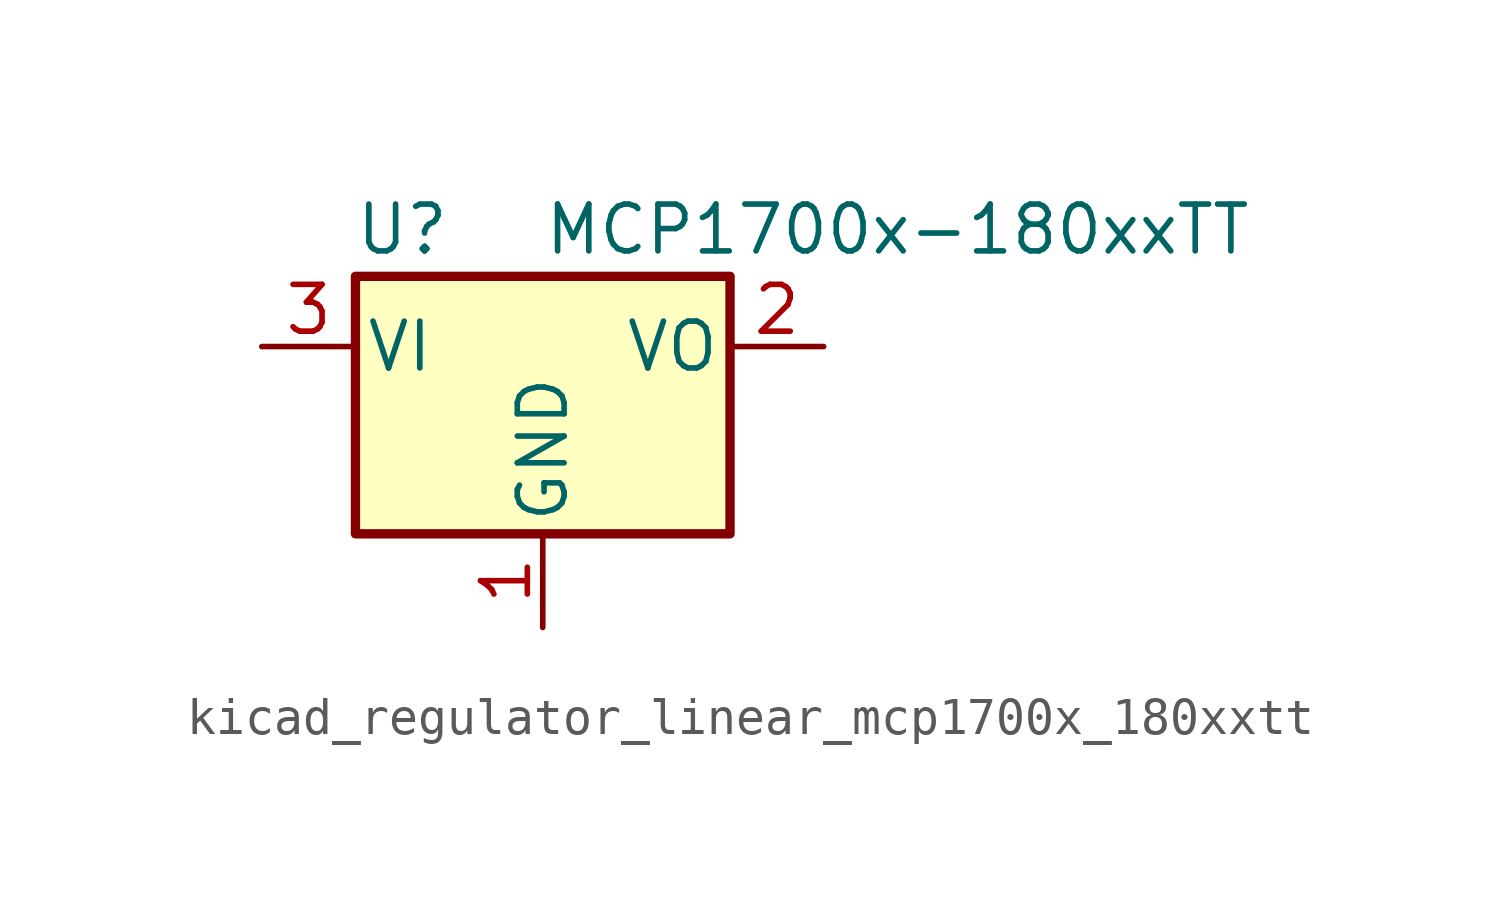
<source format=kicad_sym>
(kicad_symbol_lib
  (version 20220914)
  (generator kicad_symbol_editor)
  (symbol "kicad_regulator_linear_mcp1700x_180xxtt"
    (pin_names
      (offset 0.254))
    (property "Reference" "U"
      (at -3.81 3.175 0)
      (effects (font (size 1.27 1.27))))
    (property "Value" "MCP1700x-180xxTT"
      (at 0 3.175 0)
      (effects (font (size 1.27 1.27)) (justify left)))
    (symbol "kicad_regulator_linear_mcp1700x_180xxtt_0_1"
      (rectangle (start -5.08 1.905) (end 5.08 -5.08) (stroke (width 0.254) (type default)) (fill (type background))))
    (symbol "kicad_regulator_linear_mcp1700x_180xxtt_1_1"
      (pin power_in line (at 0 -7.62 90) (length 2.54) (name "GND" (effects (font (size 1.27 1.27)))) (number "1" (effects (font (size 1.27 1.27)))))
      (pin power_out line (at 7.62 0 180) (length 2.54) (name "VO" (effects (font (size 1.27 1.27)))) (number "2" (effects (font (size 1.27 1.27)))))
      (pin power_in line (at -7.62 0 0) (length 2.54) (name "VI" (effects (font (size 1.27 1.27)))) (number "3" (effects (font (size 1.27 1.27))))))))
</source>
